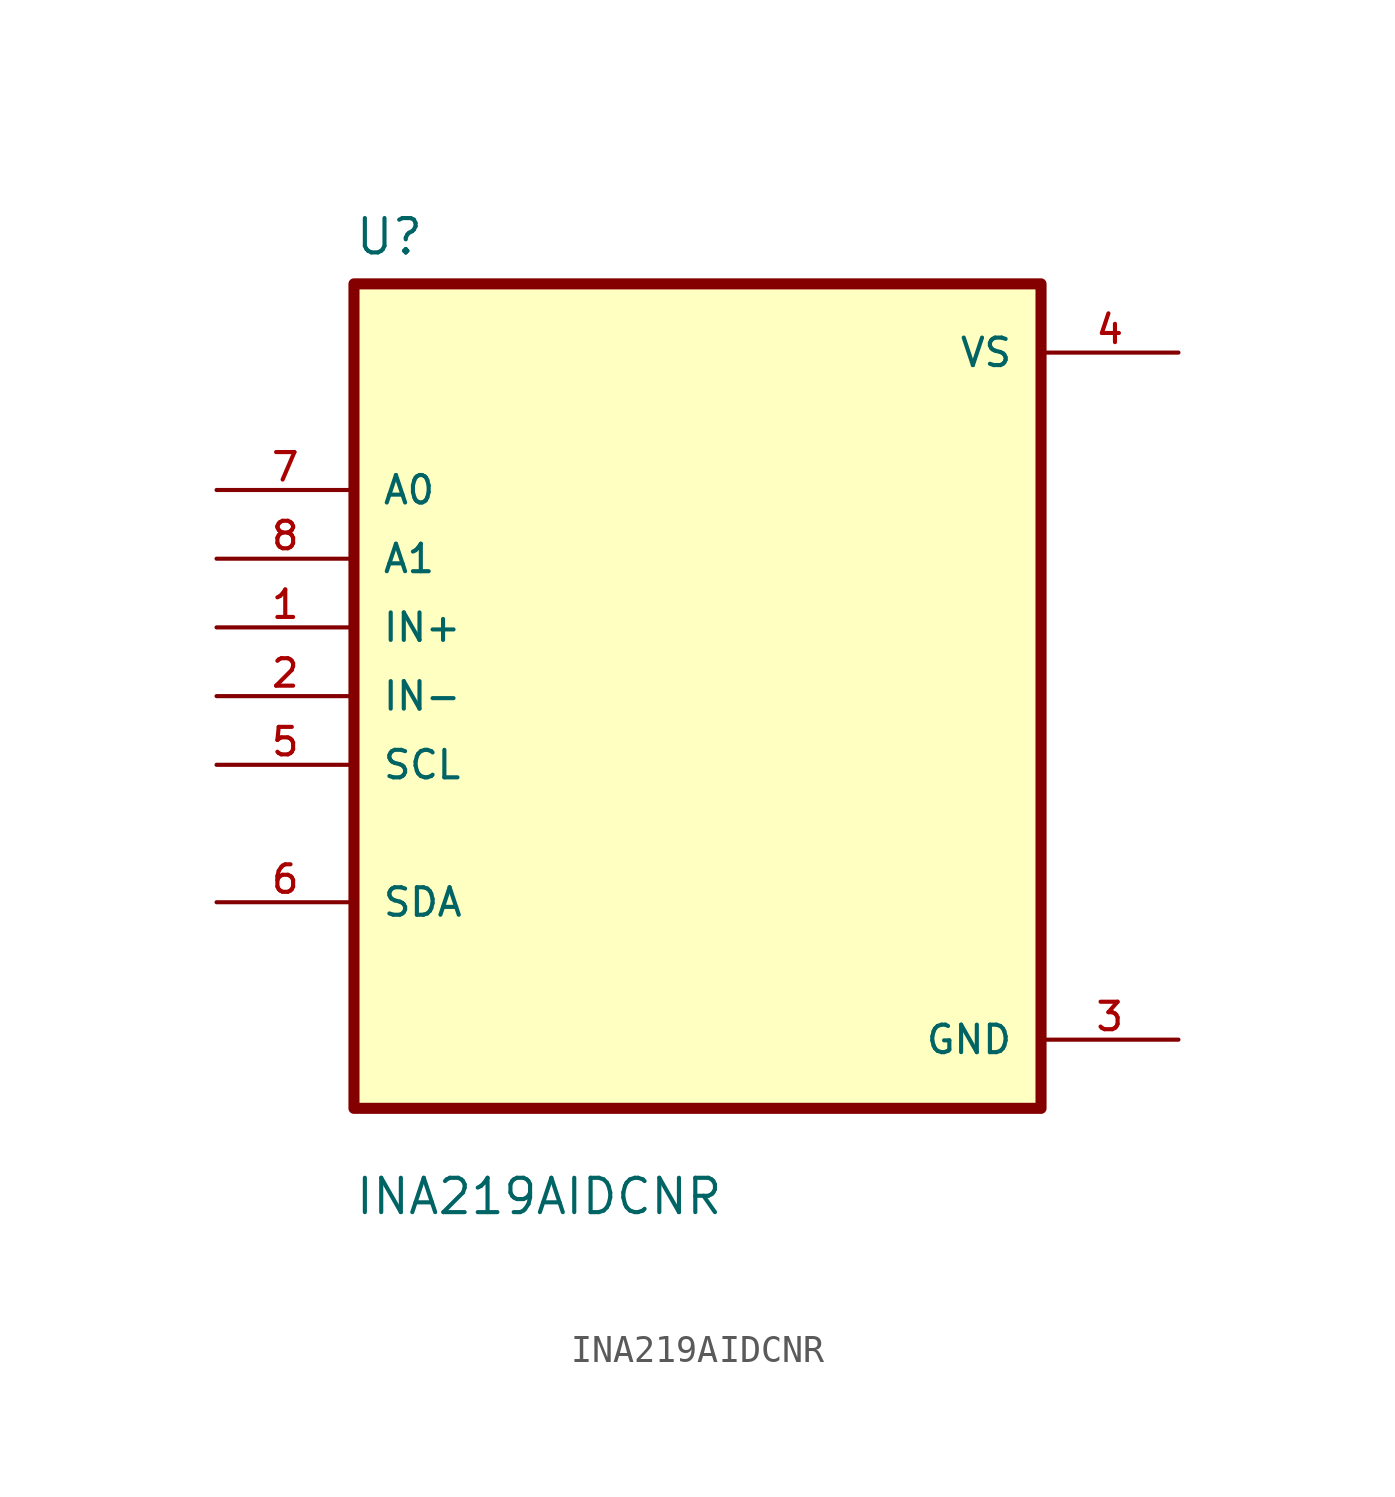
<source format=kicad_sym>
(kicad_symbol_lib
  (version 20241209)
  (generator "kicad_symbol_editor")
  (generator_version "9.0")
  (symbol "INA219AIDCNR"
    (pin_names
      (offset 1.016))
    (property "Reference" "U"
      (at -12.7 16.24 0)
      (effects (font (size 1.27 1.27)) (justify left bottom)))
    (property "Value" "INA219AIDCNR"
      (at -12.7 -19.24 0)
      (effects (font (size 1.27 1.27)) (justify left bottom)))
    (symbol "INA219AIDCNR_0_0"
      (rectangle (start -12.7 -15.24) (end 12.7 15.24) (stroke (width 0.41) (type default)) (fill (type background)))
      (pin input line (at -17.78 7.62 0) (length 5.08) (name "A0" (effects (font (size 1.016 1.016)))) (number "7" (effects (font (size 1.016 1.016)))))
      (pin input line (at -17.78 5.08 0) (length 5.08) (name "A1" (effects (font (size 1.016 1.016)))) (number "8" (effects (font (size 1.016 1.016)))))
      (pin input line (at -17.78 2.54 0) (length 5.08) (name "IN+" (effects (font (size 1.016 1.016)))) (number "1" (effects (font (size 1.016 1.016)))))
      (pin input line (at -17.78 0 0) (length 5.08) (name "IN-" (effects (font (size 1.016 1.016)))) (number "2" (effects (font (size 1.016 1.016)))))
      (pin input line (at -17.78 -2.54 0) (length 5.08) (name "SCL" (effects (font (size 1.016 1.016)))) (number "5" (effects (font (size 1.016 1.016)))))
      (pin bidirectional line (at -17.78 -7.62 0) (length 5.08) (name "SDA" (effects (font (size 1.016 1.016)))) (number "6" (effects (font (size 1.016 1.016)))))
      (pin power_in line (at 17.78 12.7 180) (length 5.08) (name "VS" (effects (font (size 1.016 1.016)))) (number "4" (effects (font (size 1.016 1.016)))))
      (pin power_in line (at 17.78 -12.7 180) (length 5.08) (name "GND" (effects (font (size 1.016 1.016)))) (number "3" (effects (font (size 1.016 1.016))))))))
</source>
